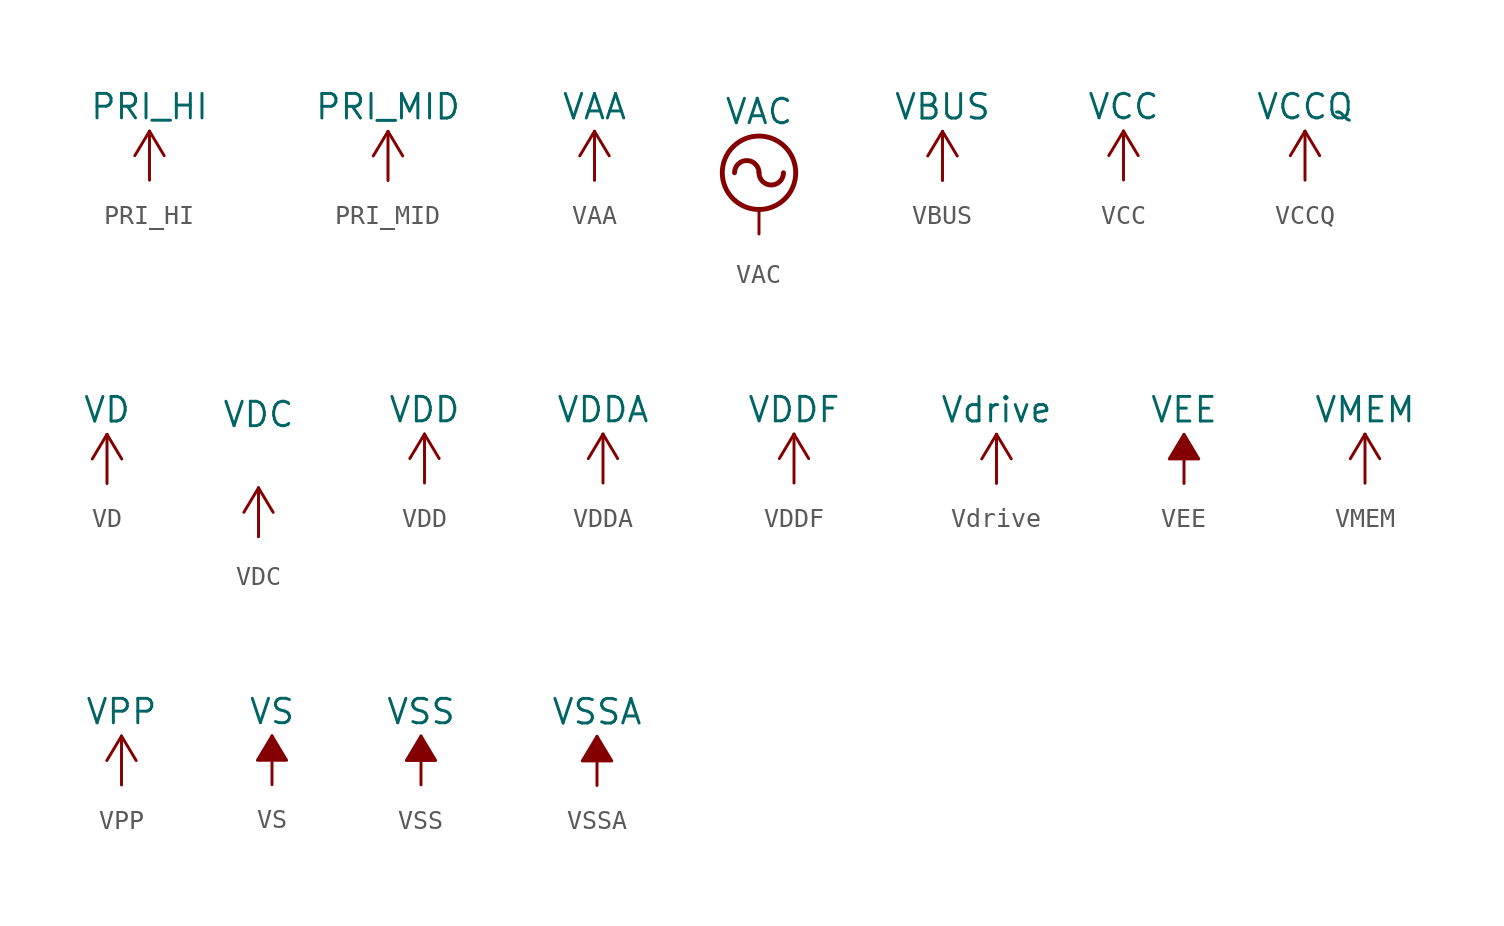
<source format=kicad_sym>
(kicad_symbol_lib
  (version 20220914)
  (generator kicad_symbol_editor)
  (symbol "PRI_HI"
    (power)
    (pin_names
      (offset 0))
    (property "Reference" "#PWR"
      (at 0 -3.81 0)
      (effects (font (size 1.27 1.27)) hide))
    (property "Value" "PRI_HI"
      (at 0 3.81 0)
      (effects (font (size 1.27 1.27))))
    (symbol "PRI_HI_0_1"
      (polyline (pts (xy -0.762 1.27) (xy 0 2.54)) (stroke (width 0) (type default)) (fill (type none)))
      (polyline (pts (xy 0 0) (xy 0 2.54)) (stroke (width 0) (type default)) (fill (type none)))
      (polyline (pts (xy 0 2.54) (xy 0.762 1.27)) (stroke (width 0) (type default)) (fill (type none))))
    (symbol "PRI_HI_1_1"
      (pin power_in line (at 0 0 90) (length 0) hide (name "PRI_HI" (effects (font (size 1.27 1.27)))) (number "1" (effects (font (size 1.27 1.27)))))))
  (symbol "PRI_MID"
    (power)
    (pin_names
      (offset 0))
    (property "Reference" "#PWR"
      (at 0 -3.81 0)
      (effects (font (size 1.27 1.27)) hide))
    (property "Value" "PRI_MID"
      (at 0 3.81 0)
      (effects (font (size 1.27 1.27))))
    (symbol "PRI_MID_0_1"
      (polyline (pts (xy -0.762 1.27) (xy 0 2.54)) (stroke (width 0) (type default)) (fill (type none)))
      (polyline (pts (xy 0 0) (xy 0 2.54)) (stroke (width 0) (type default)) (fill (type none)))
      (polyline (pts (xy 0 2.54) (xy 0.762 1.27)) (stroke (width 0) (type default)) (fill (type none))))
    (symbol "PRI_MID_1_1"
      (pin power_in line (at 0 0 90) (length 0) hide (name "PRI_MID" (effects (font (size 1.27 1.27)))) (number "1" (effects (font (size 1.27 1.27)))))))
  (symbol "VAA"
    (power)
    (pin_names
      (offset 0))
    (property "Reference" "#PWR"
      (at 0 -3.81 0)
      (effects (font (size 1.27 1.27)) hide))
    (property "Value" "VAA"
      (at 0 3.81 0)
      (effects (font (size 1.27 1.27))))
    (symbol "VAA_0_1"
      (polyline (pts (xy -0.762 1.27) (xy 0 2.54)) (stroke (width 0) (type default)) (fill (type none)))
      (polyline (pts (xy 0 0) (xy 0 2.54)) (stroke (width 0) (type default)) (fill (type none)))
      (polyline (pts (xy 0 2.54) (xy 0.762 1.27)) (stroke (width 0) (type default)) (fill (type none))))
    (symbol "VAA_1_1"
      (pin power_in line (at 0 0 90) (length 0) hide (name "VAA" (effects (font (size 1.27 1.27)))) (number "1" (effects (font (size 1.27 1.27)))))))
  (symbol "VAC"
    (power)
    (pin_names
      (offset 0))
    (property "Reference" "#PWR"
      (at 0 -2.54 0)
      (effects (font (size 1.27 1.27)) hide))
    (property "Value" "VAC"
      (at 0 6.35 0)
      (effects (font (size 1.27 1.27))))
    (symbol "VAC_0_1"
      (polyline (pts (xy 0 0) (xy 0 1.27)) (stroke (width 0) (type default)) (fill (type none)))
      (arc (start 0 3.175) (mid -0.635 3.8073) (end -1.27 3.175) (stroke (width 0.254) (type default)) (fill (type none)))
      (arc (start 0 3.175) (mid 0.635 2.5427) (end 1.27 3.175) (stroke (width 0.254) (type default)) (fill (type none)))
      (circle (center 0 3.175) (radius 1.905) (stroke (width 0.254) (type default)) (fill (type none))))
    (symbol "VAC_1_1"
      (pin power_in line (at 0 0 90) (length 0) hide (name "VAC" (effects (font (size 1.27 1.27)))) (number "1" (effects (font (size 1.27 1.27)))))))
  (symbol "VBUS"
    (power)
    (pin_names
      (offset 0))
    (property "Reference" "#PWR"
      (at 0 -3.81 0)
      (effects (font (size 1.27 1.27)) hide))
    (property "Value" "VBUS"
      (at 0 3.81 0)
      (effects (font (size 1.27 1.27))))
    (symbol "VBUS_0_1"
      (polyline (pts (xy -0.762 1.27) (xy 0 2.54)) (stroke (width 0) (type default)) (fill (type none)))
      (polyline (pts (xy 0 0) (xy 0 2.54)) (stroke (width 0) (type default)) (fill (type none)))
      (polyline (pts (xy 0 2.54) (xy 0.762 1.27)) (stroke (width 0) (type default)) (fill (type none))))
    (symbol "VBUS_1_1"
      (pin power_in line (at 0 0 90) (length 0) hide (name "VBUS" (effects (font (size 1.27 1.27)))) (number "1" (effects (font (size 1.27 1.27)))))))
  (symbol "VCC"
    (power)
    (pin_names
      (offset 0))
    (property "Reference" "#PWR"
      (at 0 -3.81 0)
      (effects (font (size 1.27 1.27)) hide))
    (property "Value" "VCC"
      (at 0 3.81 0)
      (effects (font (size 1.27 1.27))))
    (symbol "VCC_0_1"
      (polyline (pts (xy -0.762 1.27) (xy 0 2.54)) (stroke (width 0) (type default)) (fill (type none)))
      (polyline (pts (xy 0 0) (xy 0 2.54)) (stroke (width 0) (type default)) (fill (type none)))
      (polyline (pts (xy 0 2.54) (xy 0.762 1.27)) (stroke (width 0) (type default)) (fill (type none))))
    (symbol "VCC_1_1"
      (pin power_in line (at 0 0 90) (length 0) hide (name "VCC" (effects (font (size 1.27 1.27)))) (number "1" (effects (font (size 1.27 1.27)))))))
  (symbol "VCCQ"
    (power)
    (pin_names
      (offset 0))
    (property "Reference" "#PWR"
      (at 0 -3.81 0)
      (effects (font (size 1.27 1.27)) hide))
    (property "Value" "VCCQ"
      (at 0 3.81 0)
      (effects (font (size 1.27 1.27))))
    (symbol "VCCQ_0_1"
      (polyline (pts (xy -0.762 1.27) (xy 0 2.54)) (stroke (width 0) (type default)) (fill (type none)))
      (polyline (pts (xy 0 0) (xy 0 2.54)) (stroke (width 0) (type default)) (fill (type none)))
      (polyline (pts (xy 0 2.54) (xy 0.762 1.27)) (stroke (width 0) (type default)) (fill (type none))))
    (symbol "VCCQ_1_1"
      (pin power_in line (at 0 0 90) (length 0) hide (name "VCCQ" (effects (font (size 1.27 1.27)))) (number "1" (effects (font (size 1.27 1.27)))))))
  (symbol "VD"
    (power)
    (pin_names
      (offset 0))
    (property "Reference" "#PWR"
      (at 0 -3.81 0)
      (effects (font (size 1.27 1.27)) hide))
    (property "Value" "VD"
      (at 0 3.81 0)
      (effects (font (size 1.27 1.27))))
    (symbol "VD_0_1"
      (polyline (pts (xy -0.762 1.27) (xy 0 2.54)) (stroke (width 0) (type default)) (fill (type none)))
      (polyline (pts (xy 0 0) (xy 0 2.54)) (stroke (width 0) (type default)) (fill (type none)))
      (polyline (pts (xy 0 2.54) (xy 0.762 1.27)) (stroke (width 0) (type default)) (fill (type none))))
    (symbol "VD_1_1"
      (pin power_in line (at 0 0 90) (length 0) hide (name "VD" (effects (font (size 1.27 1.27)))) (number "1" (effects (font (size 1.27 1.27)))))))
  (symbol "VDC"
    (power)
    (pin_names
      (offset 0))
    (property "Reference" "#PWR"
      (at 0 -2.54 0)
      (effects (font (size 1.27 1.27)) hide))
    (property "Value" "VDC"
      (at 0 6.35 0)
      (effects (font (size 1.27 1.27))))
    (symbol "VDC_0_1"
      (polyline (pts (xy -0.762 1.27) (xy 0 2.54)) (stroke (width 0) (type default)) (fill (type none)))
      (polyline (pts (xy 0 0) (xy 0 2.54)) (stroke (width 0) (type default)) (fill (type none)))
      (polyline (pts (xy 0 2.54) (xy 0.762 1.27)) (stroke (width 0) (type default)) (fill (type none))))
    (symbol "VDC_1_1"
      (pin power_in line (at 0 0 90) (length 0) hide (name "VDC" (effects (font (size 1.27 1.27)))) (number "1" (effects (font (size 1.27 1.27)))))))
  (symbol "VDD"
    (power)
    (pin_names
      (offset 0))
    (property "Reference" "#PWR"
      (at 0 -3.81 0)
      (effects (font (size 1.27 1.27)) hide))
    (property "Value" "VDD"
      (at 0 3.81 0)
      (effects (font (size 1.27 1.27))))
    (symbol "VDD_0_1"
      (polyline (pts (xy -0.762 1.27) (xy 0 2.54)) (stroke (width 0) (type default)) (fill (type none)))
      (polyline (pts (xy 0 0) (xy 0 2.54)) (stroke (width 0) (type default)) (fill (type none)))
      (polyline (pts (xy 0 2.54) (xy 0.762 1.27)) (stroke (width 0) (type default)) (fill (type none))))
    (symbol "VDD_1_1"
      (pin power_in line (at 0 0 90) (length 0) hide (name "VDD" (effects (font (size 1.27 1.27)))) (number "1" (effects (font (size 1.27 1.27)))))))
  (symbol "VDDA"
    (power)
    (pin_names
      (offset 0))
    (property "Reference" "#PWR"
      (at 0 -3.81 0)
      (effects (font (size 1.27 1.27)) hide))
    (property "Value" "VDDA"
      (at 0 3.81 0)
      (effects (font (size 1.27 1.27))))
    (symbol "VDDA_0_1"
      (polyline (pts (xy -0.762 1.27) (xy 0 2.54)) (stroke (width 0) (type default)) (fill (type none)))
      (polyline (pts (xy 0 0) (xy 0 2.54)) (stroke (width 0) (type default)) (fill (type none)))
      (polyline (pts (xy 0 2.54) (xy 0.762 1.27)) (stroke (width 0) (type default)) (fill (type none))))
    (symbol "VDDA_1_1"
      (pin power_in line (at 0 0 90) (length 0) hide (name "VDDA" (effects (font (size 1.27 1.27)))) (number "1" (effects (font (size 1.27 1.27)))))))
  (symbol "VDDF"
    (power)
    (pin_names
      (offset 0))
    (property "Reference" "#PWR"
      (at 0 -3.81 0)
      (effects (font (size 1.27 1.27)) hide))
    (property "Value" "VDDF"
      (at 0 3.81 0)
      (effects (font (size 1.27 1.27))))
    (symbol "VDDF_0_1"
      (polyline (pts (xy -0.762 1.27) (xy 0 2.54)) (stroke (width 0) (type default)) (fill (type none)))
      (polyline (pts (xy 0 0) (xy 0 2.54)) (stroke (width 0) (type default)) (fill (type none)))
      (polyline (pts (xy 0 2.54) (xy 0.762 1.27)) (stroke (width 0) (type default)) (fill (type none))))
    (symbol "VDDF_1_1"
      (pin power_in line (at 0 0 90) (length 0) hide (name "VDDF" (effects (font (size 1.27 1.27)))) (number "1" (effects (font (size 1.27 1.27)))))))
  (symbol "Vdrive"
    (power)
    (pin_names
      (offset 0))
    (property "Reference" "#PWR"
      (at -5.08 -3.81 0)
      (effects (font (size 1.27 1.27)) hide))
    (property "Value" "Vdrive"
      (at 0 3.81 0)
      (effects (font (size 1.27 1.27))))
    (symbol "Vdrive_0_1"
      (polyline (pts (xy -0.762 1.27) (xy 0 2.54)) (stroke (width 0) (type default)) (fill (type none)))
      (polyline (pts (xy 0 0) (xy 0 2.54)) (stroke (width 0) (type default)) (fill (type none)))
      (polyline (pts (xy 0 2.54) (xy 0.762 1.27)) (stroke (width 0) (type default)) (fill (type none))))
    (symbol "Vdrive_1_1"
      (pin power_in line (at 0 0 90) (length 0) hide (name "Vdrive" (effects (font (size 1.27 1.27)))) (number "1" (effects (font (size 1.27 1.27)))))))
  (symbol "VEE"
    (power)
    (pin_names
      (offset 0))
    (property "Reference" "#PWR"
      (at 0 -3.81 0)
      (effects (font (size 1.27 1.27)) hide))
    (property "Value" "VEE"
      (at 0 3.81 0)
      (effects (font (size 1.27 1.27))))
    (symbol "VEE_0_1"
      (polyline (pts (xy 0 0) (xy 0 2.54)) (stroke (width 0) (type default)) (fill (type none)))
      (polyline (pts (xy 0.762 1.27) (xy -0.762 1.27) (xy 0 2.54) (xy 0.762 1.27)) (stroke (width 0) (type default)) (fill (type outline))))
    (symbol "VEE_1_1"
      (pin power_in line (at 0 0 90) (length 0) hide (name "VEE" (effects (font (size 1.27 1.27)))) (number "1" (effects (font (size 1.27 1.27)))))))
  (symbol "VMEM"
    (power)
    (pin_names
      (offset 0))
    (property "Reference" "#PWR"
      (at 0 -3.81 0)
      (effects (font (size 1.27 1.27)) hide))
    (property "Value" "VMEM"
      (at 0 3.81 0)
      (effects (font (size 1.27 1.27))))
    (symbol "VMEM_0_1"
      (polyline (pts (xy -0.762 1.27) (xy 0 2.54)) (stroke (width 0) (type default)) (fill (type none)))
      (polyline (pts (xy 0 0) (xy 0 2.54)) (stroke (width 0) (type default)) (fill (type none)))
      (polyline (pts (xy 0 2.54) (xy 0.762 1.27)) (stroke (width 0) (type default)) (fill (type none))))
    (symbol "VMEM_1_1"
      (pin power_in line (at 0 0 90) (length 0) hide (name "VMEM" (effects (font (size 1.27 1.27)))) (number "1" (effects (font (size 1.27 1.27)))))))
  (symbol "VPP"
    (power)
    (pin_names
      (offset 0))
    (property "Reference" "#PWR"
      (at 0 -3.81 0)
      (effects (font (size 1.27 1.27)) hide))
    (property "Value" "VPP"
      (at 0 3.81 0)
      (effects (font (size 1.27 1.27))))
    (symbol "VPP_0_1"
      (polyline (pts (xy -0.762 1.27) (xy 0 2.54)) (stroke (width 0) (type default)) (fill (type none)))
      (polyline (pts (xy 0 0) (xy 0 2.54)) (stroke (width 0) (type default)) (fill (type none)))
      (polyline (pts (xy 0 2.54) (xy 0.762 1.27)) (stroke (width 0) (type default)) (fill (type none))))
    (symbol "VPP_1_1"
      (pin power_in line (at 0 0 90) (length 0) hide (name "VPP" (effects (font (size 1.27 1.27)))) (number "1" (effects (font (size 1.27 1.27)))))))
  (symbol "VS"
    (power)
    (pin_names
      (offset 0))
    (property "Reference" "#PWR"
      (at -5.08 -3.81 0)
      (effects (font (size 1.27 1.27)) hide))
    (property "Value" "VS"
      (at 0 3.81 0)
      (effects (font (size 1.27 1.27))))
    (symbol "VS_0_1"
      (polyline (pts (xy 0 0) (xy 0 2.54)) (stroke (width 0) (type default)) (fill (type none)))
      (polyline (pts (xy 0.762 1.27) (xy -0.762 1.27) (xy 0 2.54) (xy 0.762 1.27)) (stroke (width 0) (type default)) (fill (type outline))))
    (symbol "VS_1_1"
      (pin power_in line (at 0 0 90) (length 0) hide (name "VS" (effects (font (size 1.27 1.27)))) (number "1" (effects (font (size 1.27 1.27)))))))
  (symbol "VSS"
    (power)
    (pin_names
      (offset 0))
    (property "Reference" "#PWR"
      (at 0 -3.81 0)
      (effects (font (size 1.27 1.27)) hide))
    (property "Value" "VSS"
      (at 0 3.81 0)
      (effects (font (size 1.27 1.27))))
    (symbol "VSS_0_1"
      (polyline (pts (xy 0 0) (xy 0 2.54)) (stroke (width 0) (type default)) (fill (type none)))
      (polyline (pts (xy 0.762 1.27) (xy -0.762 1.27) (xy 0 2.54) (xy 0.762 1.27)) (stroke (width 0) (type default)) (fill (type outline))))
    (symbol "VSS_1_1"
      (pin power_in line (at 0 0 90) (length 0) hide (name "VSS" (effects (font (size 1.27 1.27)))) (number "1" (effects (font (size 1.27 1.27)))))))
  (symbol "VSSA"
    (power)
    (pin_names
      (offset 0))
    (property "Reference" "#PWR"
      (at 0 -3.81 0)
      (effects (font (size 1.27 1.27)) hide))
    (property "Value" "VSSA"
      (at 0 3.81 0)
      (effects (font (size 1.27 1.27))))
    (symbol "VSSA_0_1"
      (polyline (pts (xy 0 0) (xy 0 2.54)) (stroke (width 0) (type default)) (fill (type none)))
      (polyline (pts (xy 0.762 1.27) (xy -0.762 1.27) (xy 0 2.54) (xy 0.762 1.27)) (stroke (width 0) (type default)) (fill (type outline))))
    (symbol "VSSA_1_1"
      (pin power_in line (at 0 0 90) (length 0) hide (name "VSSA" (effects (font (size 1.27 1.27)))) (number "1" (effects (font (size 1.27 1.27))))))))
</source>
